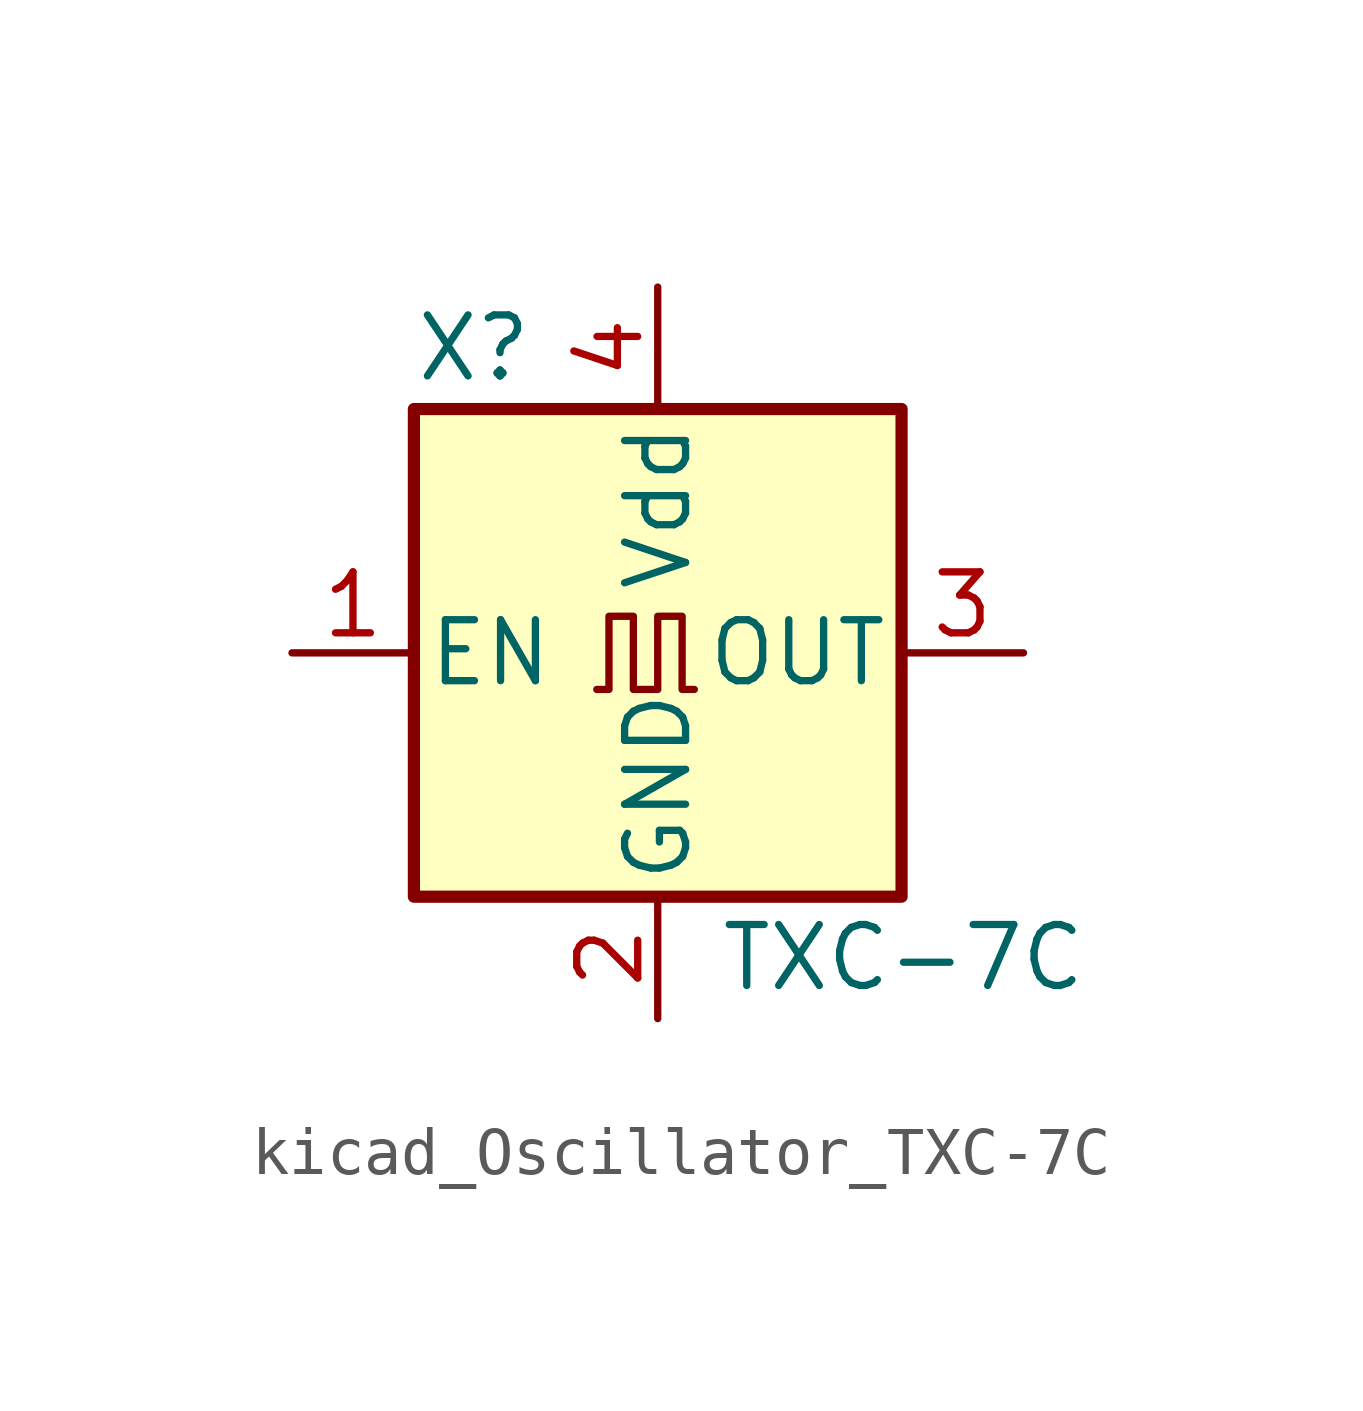
<source format=kicad_sym>
(kicad_symbol_lib
  (version 20220914)
  (generator kicad_symbol_editor)
  (symbol "kicad_Oscillator_TXC-7C"
    (pin_names
      (offset 0.254))
    (property "Reference" "X"
      (at -5.08 6.35 0)
      (effects (font (size 1.27 1.27)) (justify left)))
    (property "Value" "TXC-7C"
      (at 1.27 -6.35 0)
      (effects (font (size 1.27 1.27)) (justify left)))
    (symbol "kicad_Oscillator_TXC-7C_0_1"
      (rectangle (start -5.08 5.08) (end 5.08 -5.08) (stroke (width 0.254) (type default)) (fill (type background)))
      (polyline (pts (xy -1.27 -0.762) (xy -1.016 -0.762) (xy -1.016 0.762) (xy -0.508 0.762) (xy -0.508 -0.762) (xy 0 -0.762) (xy 0 0.762) (xy 0.508 0.762) (xy 0.508 -0.762) (xy 0.762 -0.762)) (stroke (width 0) (type default)) (fill (type none))))
    (symbol "kicad_Oscillator_TXC-7C_1_1"
      (pin input line (at -7.62 0 0) (length 2.54) (name "EN" (effects (font (size 1.27 1.27)))) (number "1" (effects (font (size 1.27 1.27)))))
      (pin power_in line (at 0 -7.62 90) (length 2.54) (name "GND" (effects (font (size 1.27 1.27)))) (number "2" (effects (font (size 1.27 1.27)))))
      (pin output line (at 7.62 0 180) (length 2.54) (name "OUT" (effects (font (size 1.27 1.27)))) (number "3" (effects (font (size 1.27 1.27)))))
      (pin power_in line (at 0 7.62 270) (length 2.54) (name "Vdd" (effects (font (size 1.27 1.27)))) (number "4" (effects (font (size 1.27 1.27))))))))
</source>
